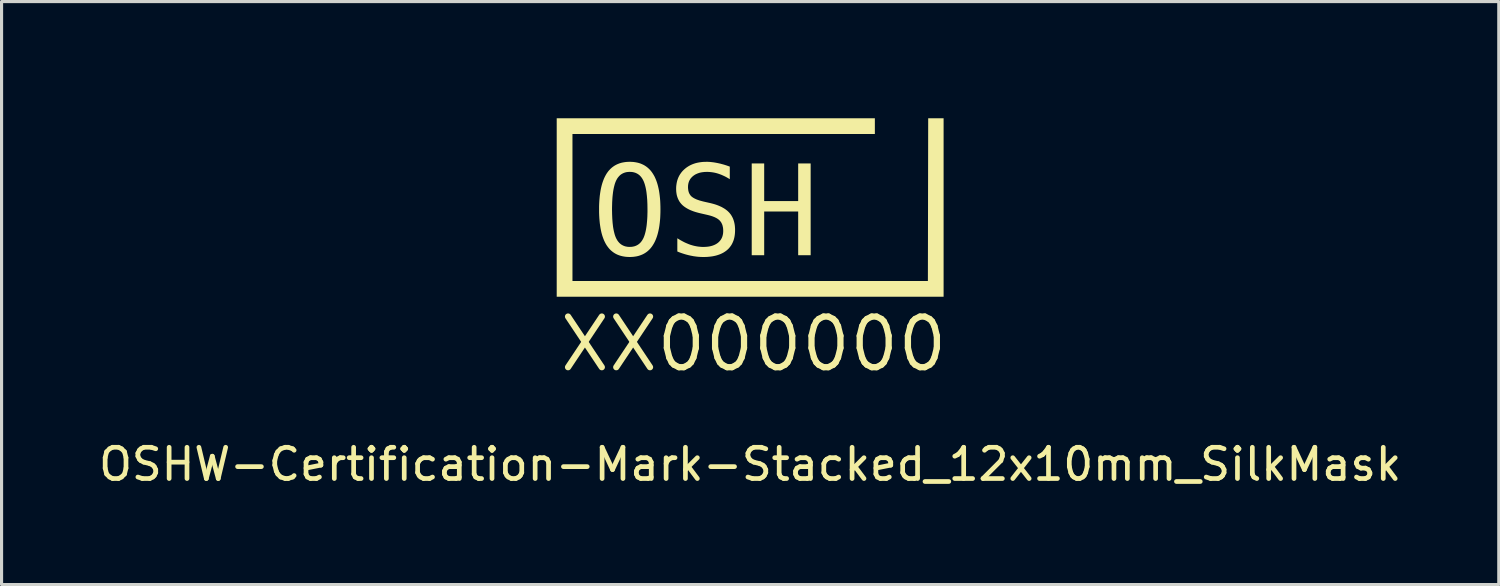
<source format=kicad_pcb>
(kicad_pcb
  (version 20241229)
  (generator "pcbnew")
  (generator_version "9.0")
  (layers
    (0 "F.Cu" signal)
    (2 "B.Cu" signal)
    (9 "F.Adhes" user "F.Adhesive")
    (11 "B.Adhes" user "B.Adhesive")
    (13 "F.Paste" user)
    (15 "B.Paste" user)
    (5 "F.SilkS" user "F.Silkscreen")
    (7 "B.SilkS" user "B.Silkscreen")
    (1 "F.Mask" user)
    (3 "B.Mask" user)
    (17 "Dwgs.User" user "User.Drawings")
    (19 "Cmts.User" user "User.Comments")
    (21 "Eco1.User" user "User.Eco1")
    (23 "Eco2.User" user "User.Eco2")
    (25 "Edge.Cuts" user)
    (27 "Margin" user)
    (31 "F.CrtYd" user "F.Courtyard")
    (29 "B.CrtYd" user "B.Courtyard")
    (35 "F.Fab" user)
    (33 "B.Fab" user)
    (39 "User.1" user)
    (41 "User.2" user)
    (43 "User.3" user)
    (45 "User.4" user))
  (footprint "OSHW-Certification-Mark-Stacked_12x10mm_SilkMask"
    (layer "F.Cu")
    (at 20.958 4.41)
    (property "Reference" "OSHW-Certification-Mark-Stacked_12x10mm_SilkMask" (at 0.000231 7.4 0) (unlocked yes) (layer "F.SilkS") (effects (font (size 1 1) (thickness 0.15))))
    (attr board_only exclude_from_pos_files exclude_from_bom allow_missing_courtyard)
    (fp_poly (pts (xy 4.19 0.708) (xy 3.814 0.708) (xy 3.415 -1.037) (xy 3.018 0.708) (xy 2.642 0.708) (xy 2.204 -2.229) (xy 2.591 -2.229) (xy 2.872 0.155) (xy 3.207 -1.422) (xy 3.622 -1.422) (xy 3.96 0.159) (xy 4.912 -4.41) (xy 5.3 -4.41)) (stroke (width 0) (type solid)) (fill yes) (layer "F.Mask"))
    (fp_poly (pts (xy -2.871 -0.758) (xy -2.871 -0.758) (xy -2.871 -0.758)) (stroke (width 0) (type solid)) (fill yes) (layer "F.SilkS"))
    (fp_poly (pts (xy 6.191 2.037) (xy -6.191 2.037) (xy -6.191 -3.674) (xy -6.191 -3.674) (xy 3.991 -3.674) (xy 3.991 -3.171) (xy -5.687 -3.171) (xy -5.687 1.533) (xy 5.688 1.533) (xy 5.698 -3.674) (xy 6.191 -3.674)) (stroke (width 0) (type solid)) (fill yes) (layer "F.SilkS"))
    (fp_poly (pts (xy 0.449 -1.025) (xy 1.537 -1.025) (xy 1.537 -2.229) (xy 1.936 -2.229) (xy 1.936 0.708) (xy 1.537 0.708) (xy 1.537 -0.691) (xy 0.449 -0.691) (xy 0.449 0.708) (xy 0.05 0.708) (xy 0.05 -2.229) (xy 0.449 -2.229)) (stroke (width 0) (type solid)) (fill yes) (layer "F.SilkS"))
    (fp_poly (pts (xy -3.793 -2.28) (xy -3.734 -2.276) (xy -3.677 -2.268) (xy -3.621 -2.258) (xy -3.568 -2.245) (xy -3.517 -2.229) (xy -3.468 -2.209) (xy -3.42 -2.187) (xy -3.375 -2.162) (xy -3.332 -2.134) (xy -3.291 -2.103) (xy -3.252 -2.069) (xy -3.214 -2.032) (xy -3.179 -1.993) (xy -3.146 -1.95) (xy -3.115 -1.904) (xy -3.085 -1.855) (xy -3.057 -1.804) (xy -3.032 -1.749) (xy -3.008 -1.691) (xy -2.986 -1.63) (xy -2.966 -1.566) (xy -2.948 -1.499) (xy -2.932 -1.429) (xy -2.917 -1.356) (xy -2.905 -1.279) (xy -2.895 -1.2) (xy -2.886 -1.118) (xy -2.879 -1.032) (xy -2.875 -0.944) (xy -2.872 -0.852) (xy -2.871 -0.758) (xy -2.872 -0.663) (xy -2.875 -0.572) (xy -2.879 -0.484) (xy -2.886 -0.398) (xy -2.895 -0.316) (xy -2.905 -0.237) (xy -2.917 -0.161) (xy -2.932 -0.088) (xy -2.948 -0.018) (xy -2.966 0.049) (xy -2.986 0.113) (xy -3.008 0.174) (xy -3.032 0.232) (xy -3.057 0.286) (xy -3.085 0.338) (xy -3.115 0.387) (xy -3.13 0.41) (xy -3.146 0.433) (xy -3.162 0.454) (xy -3.179 0.475) (xy -3.196 0.496) (xy -3.214 0.515) (xy -3.233 0.534) (xy -3.252 0.552) (xy -3.271 0.57) (xy -3.291 0.586) (xy -3.311 0.602) (xy -3.332 0.617) (xy -3.353 0.631) (xy -3.375 0.645) (xy -3.398 0.658) (xy -3.42 0.67) (xy -3.444 0.682) (xy -3.468 0.692) (xy -3.492 0.702) (xy -3.517 0.711) (xy -3.542 0.72) (xy -3.568 0.728) (xy -3.594 0.735) (xy -3.621 0.741) (xy -3.649 0.747) (xy -3.677 0.751) (xy -3.734 0.759) (xy -3.793 0.763) (xy -3.854 0.765) (xy -3.915 0.763) (xy -3.975 0.759) (xy -4.032 0.751) (xy -4.087 0.741) (xy -4.14 0.728) (xy -4.191 0.712) (xy -4.241 0.693) (xy -4.288 0.671) (xy -4.333 0.646) (xy -4.376 0.618) (xy -4.417 0.587) (xy -4.457 0.553) (xy -4.494 0.517) (xy -4.529 0.477) (xy -4.562 0.434) (xy -4.594 0.389) (xy -4.623 0.34) (xy -4.65 0.289) (xy -4.676 0.234) (xy -4.699 0.176) (xy -4.721 0.116) (xy -4.741 0.052) (xy -4.759 -0.015) (xy -4.775 -0.086) (xy -4.789 -0.159) (xy -4.801 -0.235) (xy -4.812 -0.314) (xy -4.82 -0.397) (xy -4.827 -0.482) (xy -4.832 -0.571) (xy -4.835 -0.663) (xy -4.835 -0.758) (xy -4.421 -0.758) (xy -4.418 -0.602) (xy -4.412 -0.458) (xy -4.402 -0.326) (xy -4.388 -0.204) (xy -4.379 -0.148) (xy -4.369 -0.095) (xy -4.358 -0.044) (xy -4.346 0.003) (xy -4.334 0.048) (xy -4.32 0.09) (xy -4.305 0.129) (xy -4.289 0.165) (xy -4.271 0.198) (xy -4.262 0.214) (xy -4.253 0.23) (xy -4.243 0.245) (xy -4.233 0.259) (xy -4.222 0.273) (xy -4.211 0.286) (xy -4.2 0.299) (xy -4.189 0.311) (xy -4.177 0.323) (xy -4.165 0.334) (xy -4.153 0.344) (xy -4.14 0.354) (xy -4.127 0.364) (xy -4.113 0.373) (xy -4.099 0.381) (xy -4.085 0.389) (xy -4.071 0.396) (xy -4.056 0.403) (xy -4.041 0.409) (xy -4.026 0.415) (xy -4.01 0.42) (xy -3.994 0.425) (xy -3.978 0.429) (xy -3.961 0.432) (xy -3.944 0.435) (xy -3.927 0.438) (xy -3.909 0.44) (xy -3.891 0.441) (xy -3.854 0.442) (xy -3.817 0.441) (xy -3.781 0.438) (xy -3.747 0.432) (xy -3.713 0.425) (xy -3.682 0.415) (xy -3.651 0.403) (xy -3.622 0.389) (xy -3.594 0.373) (xy -3.568 0.355) (xy -3.542 0.334) (xy -3.519 0.312) (xy -3.496 0.287) (xy -3.475 0.26) (xy -3.455 0.231) (xy -3.437 0.2) (xy -3.419 0.167) (xy -3.403 0.131) (xy -3.388 0.092) (xy -3.374 0.05) (xy -3.361 0.005) (xy -3.349 -0.043) (xy -3.338 -0.093) (xy -3.328 -0.147) (xy -3.319 -0.203) (xy -3.311 -0.262) (xy -3.305 -0.324) (xy -3.299 -0.389) (xy -3.294 -0.457) (xy -3.29 -0.528) (xy -3.288 -0.602) (xy -3.286 -0.678) (xy -3.286 -0.758) (xy -3.288 -0.914) (xy -3.294 -1.058) (xy -3.305 -1.191) (xy -3.319 -1.312) (xy -3.328 -1.369) (xy -3.338 -1.422) (xy -3.349 -1.473) (xy -3.361 -1.52) (xy -3.374 -1.565) (xy -3.388 -1.607) (xy -3.403 -1.646) (xy -3.419 -1.682) (xy -3.437 -1.716) (xy -3.446 -1.732) (xy -3.455 -1.747) (xy -3.465 -1.762) (xy -3.475 -1.776) (xy -3.485 -1.79) (xy -3.496 -1.803) (xy -3.507 -1.816) (xy -3.519 -1.828) (xy -3.53 -1.84) (xy -3.542 -1.851) (xy -3.555 -1.861) (xy -3.568 -1.872) (xy -3.581 -1.881) (xy -3.594 -1.89) (xy -3.608 -1.898) (xy -3.622 -1.906) (xy -3.636 -1.913) (xy -3.651 -1.92) (xy -3.666 -1.927) (xy -3.682 -1.932) (xy -3.697 -1.937) (xy -3.713 -1.942) (xy -3.73 -1.946) (xy -3.747 -1.95) (xy -3.764 -1.953) (xy -3.781 -1.955) (xy -3.799 -1.957) (xy -3.817 -1.958) (xy -3.854 -1.959) (xy -3.891 -1.958) (xy -3.927 -1.955) (xy -3.961 -1.95) (xy -3.994 -1.942) (xy -4.026 -1.932) (xy -4.056 -1.92) (xy -4.085 -1.906) (xy -4.113 -1.89) (xy -4.14 -1.872) (xy -4.165 -1.851) (xy -4.189 -1.828) (xy -4.211 -1.803) (xy -4.233 -1.776) (xy -4.253 -1.747) (xy -4.271 -1.716) (xy -4.289 -1.682) (xy -4.305 -1.646) (xy -4.32 -1.607) (xy -4.334 -1.565) (xy -4.346 -1.52) (xy -4.358 -1.473) (xy -4.369 -1.422) (xy -4.379 -1.369) (xy -4.388 -1.312) (xy -4.395 -1.253) (xy -4.402 -1.191) (xy -4.408 -1.126) (xy -4.412 -1.058) (xy -4.416 -0.987) (xy -4.418 -0.914) (xy -4.42 -0.837) (xy -4.421 -0.758) (xy -4.835 -0.758) (xy -4.835 -0.758) (xy -4.835 -0.852) (xy -4.832 -0.944) (xy -4.827 -1.032) (xy -4.82 -1.118) (xy -4.812 -1.2) (xy -4.801 -1.279) (xy -4.789 -1.356) (xy -4.775 -1.429) (xy -4.759 -1.499) (xy -4.741 -1.566) (xy -4.721 -1.63) (xy -4.699 -1.691) (xy -4.676 -1.749) (xy -4.65 -1.804) (xy -4.623 -1.855) (xy -4.594 -1.904) (xy -4.578 -1.927) (xy -4.562 -1.95) (xy -4.546 -1.972) (xy -4.529 -1.993) (xy -4.511 -2.013) (xy -4.493 -2.032) (xy -4.475 -2.051) (xy -4.456 -2.069) (xy -4.436 -2.087) (xy -4.417 -2.103) (xy -4.396 -2.119) (xy -4.375 -2.134) (xy -4.354 -2.149) (xy -4.332 -2.162) (xy -4.31 -2.175) (xy -4.287 -2.187) (xy -4.263 -2.199) (xy -4.24 -2.209) (xy -4.215 -2.219) (xy -4.19 -2.229) (xy -4.165 -2.237) (xy -4.139 -2.245) (xy -4.113 -2.252) (xy -4.086 -2.258) (xy -4.031 -2.268) (xy -3.974 -2.276) (xy -3.915 -2.28) (xy -3.854 -2.282)) (stroke (width 0) (type solid)) (fill yes) (layer "F.SilkS"))
    (fp_poly (pts (xy -1.359 -2.281) (xy -1.315 -2.279) (xy -1.272 -2.276) (xy -1.228 -2.271) (xy -1.183 -2.266) (xy -1.137 -2.259) (xy -1.092 -2.251) (xy -1.045 -2.242) (xy -0.998 -2.232) (xy -0.95 -2.221) (xy -0.902 -2.208) (xy -0.853 -2.195) (xy -0.804 -2.18) (xy -0.754 -2.164) (xy -0.703 -2.146) (xy -0.652 -2.128) (xy -0.652 -1.725) (xy -0.697 -1.753) (xy -0.742 -1.779) (xy -0.788 -1.804) (xy -0.833 -1.826) (xy -0.879 -1.847) (xy -0.924 -1.867) (xy -0.97 -1.884) (xy -1.016 -1.9) (xy -1.061 -1.914) (xy -1.106 -1.926) (xy -1.152 -1.936) (xy -1.198 -1.944) (xy -1.243 -1.95) (xy -1.289 -1.955) (xy -1.335 -1.958) (xy -1.381 -1.959) (xy -1.416 -1.958) (xy -1.45 -1.957) (xy -1.483 -1.954) (xy -1.515 -1.95) (xy -1.546 -1.946) (xy -1.576 -1.94) (xy -1.605 -1.934) (xy -1.633 -1.926) (xy -1.66 -1.917) (xy -1.687 -1.907) (xy -1.712 -1.896) (xy -1.737 -1.885) (xy -1.761 -1.872) (xy -1.783 -1.858) (xy -1.805 -1.843) (xy -1.826 -1.827) (xy -1.846 -1.81) (xy -1.864 -1.793) (xy -1.881 -1.775) (xy -1.897 -1.756) (xy -1.912 -1.737) (xy -1.925 -1.717) (xy -1.937 -1.696) (xy -1.948 -1.674) (xy -1.958 -1.652) (xy -1.966 -1.629) (xy -1.973 -1.605) (xy -1.979 -1.58) (xy -1.983 -1.555) (xy -1.987 -1.529) (xy -1.988 -1.502) (xy -1.989 -1.475) (xy -1.989 -1.451) (xy -1.987 -1.428) (xy -1.985 -1.405) (xy -1.982 -1.383) (xy -1.979 -1.362) (xy -1.974 -1.342) (xy -1.969 -1.322) (xy -1.963 -1.303) (xy -1.956 -1.285) (xy -1.948 -1.268) (xy -1.939 -1.251) (xy -1.929 -1.235) (xy -1.919 -1.22) (xy -1.908 -1.205) (xy -1.896 -1.191) (xy -1.883 -1.178) (xy -1.869 -1.165) (xy -1.853 -1.153) (xy -1.836 -1.141) (xy -1.817 -1.129) (xy -1.797 -1.117) (xy -1.776 -1.106) (xy -1.753 -1.095) (xy -1.729 -1.084) (xy -1.703 -1.073) (xy -1.675 -1.063) (xy -1.647 -1.053) (xy -1.617 -1.043) (xy -1.585 -1.034) (xy -1.552 -1.025) (xy -1.518 -1.016) (xy -1.482 -1.007) (xy -1.273 -0.96) (xy -1.223 -0.947) (xy -1.174 -0.934) (xy -1.126 -0.92) (xy -1.081 -0.905) (xy -1.037 -0.889) (xy -0.995 -0.872) (xy -0.955 -0.854) (xy -0.916 -0.836) (xy -0.88 -0.816) (xy -0.845 -0.796) (xy -0.811 -0.775) (xy -0.78 -0.753) (xy -0.75 -0.73) (xy -0.722 -0.707) (xy -0.696 -0.682) (xy -0.671 -0.657) (xy -0.649 -0.63) (xy -0.627 -0.603) (xy -0.607 -0.574) (xy -0.589 -0.544) (xy -0.572 -0.513) (xy -0.556 -0.481) (xy -0.542 -0.447) (xy -0.53 -0.413) (xy -0.519 -0.377) (xy -0.509 -0.34) (xy -0.501 -0.302) (xy -0.494 -0.263) (xy -0.489 -0.223) (xy -0.486 -0.181) (xy -0.483 -0.138) (xy -0.483 -0.094) (xy -0.484 -0.043) (xy -0.487 0.007) (xy -0.492 0.056) (xy -0.499 0.103) (xy -0.508 0.148) (xy -0.519 0.192) (xy -0.532 0.234) (xy -0.548 0.275) (xy -0.565 0.314) (xy -0.584 0.352) (xy -0.605 0.388) (xy -0.629 0.422) (xy -0.654 0.455) (xy -0.681 0.487) (xy -0.711 0.517) (xy -0.742 0.545) (xy -0.776 0.572) (xy -0.811 0.596) (xy -0.848 0.62) (xy -0.887 0.641) (xy -0.928 0.661) (xy -0.97 0.679) (xy -1.015 0.695) (xy -1.061 0.71) (xy -1.109 0.723) (xy -1.159 0.734) (xy -1.211 0.744) (xy -1.264 0.751) (xy -1.32 0.757) (xy -1.377 0.762) (xy -1.436 0.764) (xy -1.497 0.765) (xy -1.549 0.764) (xy -1.601 0.762) (xy -1.653 0.759) (xy -1.704 0.754) (xy -1.756 0.747) (xy -1.808 0.74) (xy -1.86 0.73) (xy -1.912 0.72) (xy -1.965 0.708) (xy -2.017 0.695) (xy -2.069 0.681) (xy -2.121 0.665) (xy -2.174 0.648) (xy -2.226 0.63) (xy -2.279 0.61) (xy -2.331 0.588) (xy -2.331 0.165) (xy -2.275 0.2) (xy -2.22 0.232) (xy -2.165 0.262) (xy -2.112 0.29) (xy -2.059 0.315) (xy -2.006 0.337) (xy -1.955 0.358) (xy -1.905 0.376) (xy -1.854 0.391) (xy -1.803 0.405) (xy -1.752 0.416) (xy -1.701 0.426) (xy -1.651 0.433) (xy -1.6 0.438) (xy -1.549 0.442) (xy -1.497 0.443) (xy -1.46 0.442) (xy -1.424 0.44) (xy -1.389 0.438) (xy -1.355 0.434) (xy -1.322 0.43) (xy -1.291 0.424) (xy -1.26 0.417) (xy -1.23 0.409) (xy -1.201 0.4) (xy -1.174 0.39) (xy -1.147 0.379) (xy -1.121 0.367) (xy -1.097 0.354) (xy -1.073 0.34) (xy -1.051 0.325) (xy -1.029 0.309) (xy -1.009 0.291) (xy -0.99 0.273) (xy -0.973 0.254) (xy -0.956 0.234) (xy -0.941 0.214) (xy -0.928 0.192) (xy -0.915 0.17) (xy -0.904 0.147) (xy -0.894 0.123) (xy -0.886 0.098) (xy -0.879 0.072) (xy -0.873 0.046) (xy -0.868 0.018) (xy -0.865 -0.01) (xy -0.863 -0.039) (xy -0.862 -0.069) (xy -0.863 -0.096) (xy -0.864 -0.122) (xy -0.866 -0.148) (xy -0.869 -0.172) (xy -0.874 -0.196) (xy -0.879 -0.219) (xy -0.884 -0.242) (xy -0.891 -0.263) (xy -0.899 -0.284) (xy -0.908 -0.303) (xy -0.917 -0.322) (xy -0.927 -0.341) (xy -0.939 -0.358) (xy -0.951 -0.374) (xy -0.964 -0.39) (xy -0.978 -0.405) (xy -0.993 -0.419) (xy -1.009 -0.433) (xy -1.027 -0.447) (xy -1.046 -0.46) (xy -1.066 -0.472) (xy -1.088 -0.485) (xy -1.111 -0.496) (xy -1.135 -0.508) (xy -1.161 -0.519) (xy -1.188 -0.529) (xy -1.216 -0.54) (xy -1.246 -0.549) (xy -1.277 -0.559) (xy -1.309 -0.567) (xy -1.343 -0.576) (xy -1.377 -0.584) (xy -1.59 -0.633) (xy -1.64 -0.645) (xy -1.689 -0.658) (xy -1.735 -0.671) (xy -1.78 -0.685) (xy -1.824 -0.7) (xy -1.865 -0.716) (xy -1.905 -0.732) (xy -1.943 -0.749) (xy -1.979 -0.767) (xy -2.014 -0.786) (xy -2.046 -0.805) (xy -2.077 -0.825) (xy -2.107 -0.846) (xy -2.134 -0.867) (xy -2.16 -0.889) (xy -2.184 -0.912) (xy -2.206 -0.936) (xy -2.227 -0.961) (xy -2.247 -0.987) (xy -2.265 -1.014) (xy -2.281 -1.042) (xy -2.296 -1.071) (xy -2.31 -1.1) (xy -2.322 -1.131) (xy -2.333 -1.163) (xy -2.343 -1.196) (xy -2.351 -1.23) (xy -2.357 -1.265) (xy -2.362 -1.3) (xy -2.366 -1.337) (xy -2.368 -1.375) (xy -2.369 -1.414) (xy -2.368 -1.463) (xy -2.365 -1.51) (xy -2.359 -1.556) (xy -2.352 -1.601) (xy -2.343 -1.644) (xy -2.332 -1.687) (xy -2.318 -1.728) (xy -2.303 -1.768) (xy -2.285 -1.807) (xy -2.266 -1.844) (xy -2.244 -1.88) (xy -2.22 -1.915) (xy -2.195 -1.949) (xy -2.167 -1.982) (xy -2.137 -2.013) (xy -2.105 -2.043) (xy -2.071 -2.072) (xy -2.036 -2.099) (xy -1.999 -2.124) (xy -1.962 -2.147) (xy -1.922 -2.169) (xy -1.882 -2.188) (xy -1.84 -2.206) (xy -1.796 -2.222) (xy -1.752 -2.236) (xy -1.706 -2.248) (xy -1.658 -2.258) (xy -1.61 -2.266) (xy -1.559 -2.273) (xy -1.508 -2.278) (xy -1.455 -2.28) (xy -1.401 -2.281)) (stroke (width 0) (type solid)) (fill yes) (layer "F.SilkS"))
    (fp_text user "XX000000" (at -6.191 4.5 0) (unlocked yes) (layer "F.SilkS") (effects (font (size 1.62 1.62) (thickness 0.2)) (justify left bottom))))
  (gr_rect
    (start -3 -3)
    (end 44.917 15.658)
    (stroke (width 0.1) (type default))
    (fill no)
    (layer "Edge.Cuts")))
</source>
